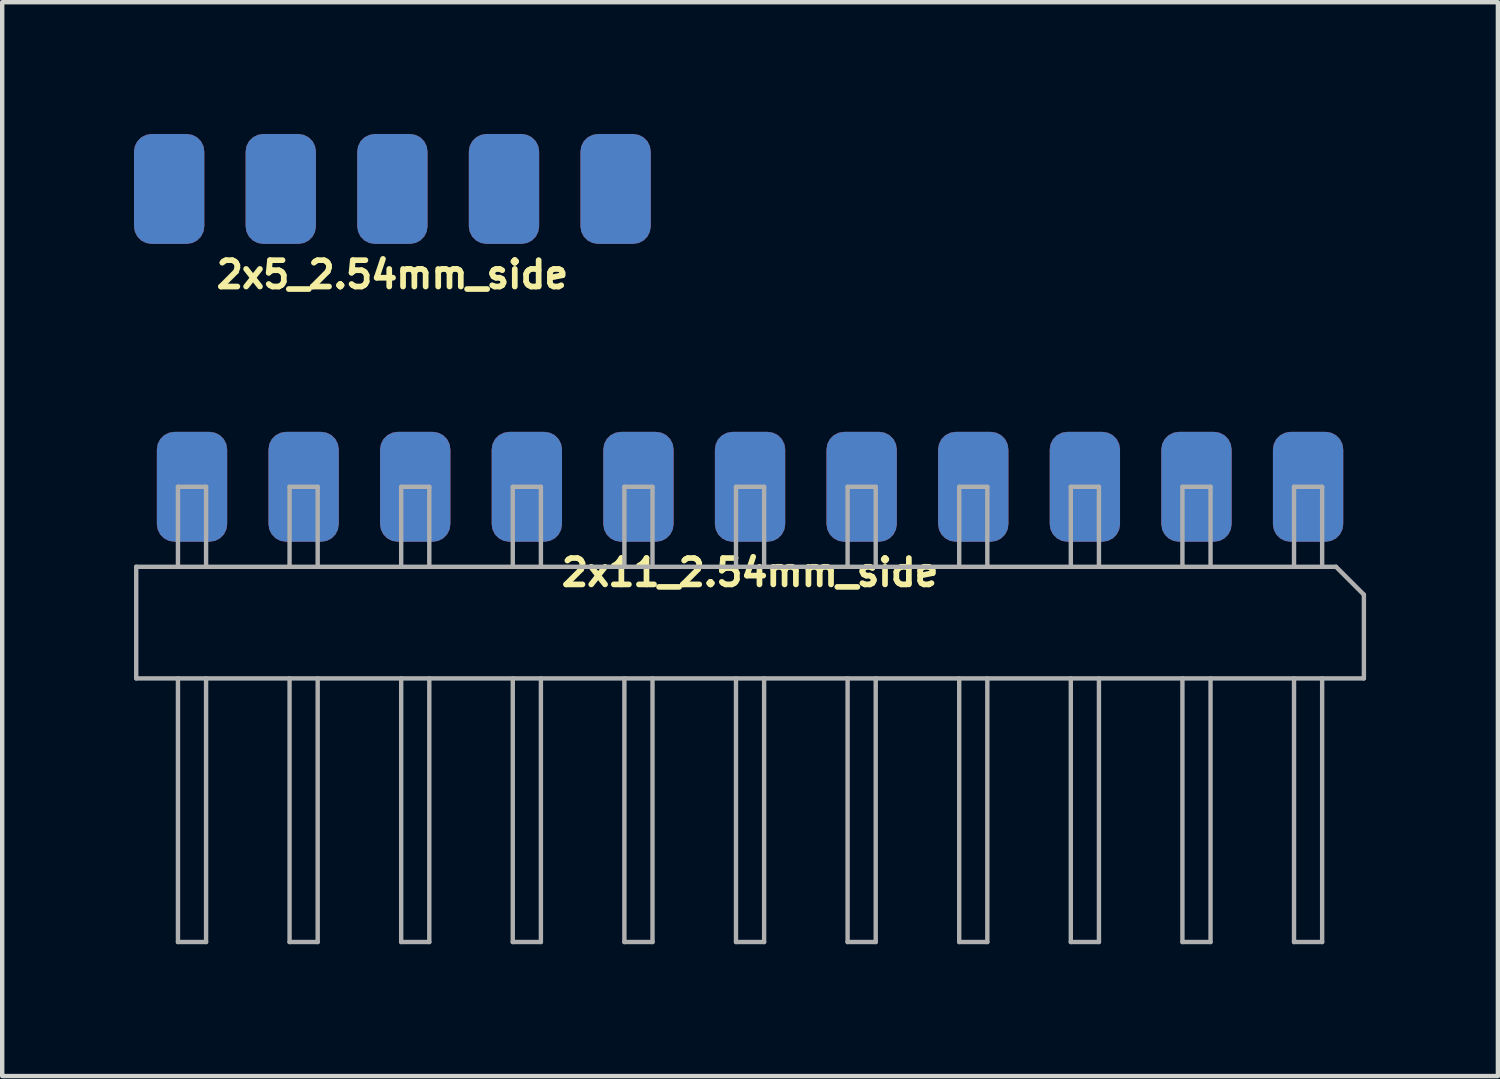
<source format=kicad_pcb>
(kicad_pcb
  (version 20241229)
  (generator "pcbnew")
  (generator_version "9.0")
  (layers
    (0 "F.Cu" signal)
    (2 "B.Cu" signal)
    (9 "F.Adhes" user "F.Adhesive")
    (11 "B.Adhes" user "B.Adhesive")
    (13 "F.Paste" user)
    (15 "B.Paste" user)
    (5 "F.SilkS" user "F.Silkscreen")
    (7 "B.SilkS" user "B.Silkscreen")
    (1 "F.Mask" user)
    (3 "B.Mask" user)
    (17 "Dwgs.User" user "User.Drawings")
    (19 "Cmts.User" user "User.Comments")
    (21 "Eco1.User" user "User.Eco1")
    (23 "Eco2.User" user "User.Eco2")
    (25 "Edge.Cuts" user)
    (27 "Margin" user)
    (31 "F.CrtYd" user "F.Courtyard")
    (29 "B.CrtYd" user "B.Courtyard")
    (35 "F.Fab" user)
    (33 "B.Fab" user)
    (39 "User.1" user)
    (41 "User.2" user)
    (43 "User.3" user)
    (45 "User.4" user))
  (footprint "2x5_2.54mm_side"
    (layer "F.Cu")
    (at 5.88 1.25)
    (property "Reference" "2x5_2.54mm_side" (at 0 1.95 0) (layer "F.SilkS") (effects (font (size 0.6 0.6) (thickness 0.13))))
    (property "Value" "${VALUE}" (at 0 -1.65 0) (layer "F.Fab") (hide yes) (effects (font (size 0.3 0.3) (thickness 0.05))))
    (attr through_hole)
    (pad "1" smd roundrect (at -5.08 0) (size 1.6 2.5) (layers "F.Cu" "F.Mask") (roundrect_rratio 0.25))
    (pad "2" smd roundrect (at -2.54 0) (size 1.6 2.5) (layers "F.Cu" "F.Mask") (roundrect_rratio 0.25))
    (pad "3" smd roundrect (at 0 0) (size 1.6 2.5) (layers "F.Cu" "F.Mask") (roundrect_rratio 0.25))
    (pad "4" smd roundrect (at 2.54 0) (size 1.6 2.5) (layers "F.Cu" "F.Mask") (roundrect_rratio 0.25))
    (pad "5" smd roundrect (at 5.08 0) (size 1.6 2.5) (layers "F.Cu" "F.Mask") (roundrect_rratio 0.25))
    (pad "6" smd roundrect (at 5.08 0) (size 1.6 2.5) (layers "B.Cu" "B.Mask") (roundrect_rratio 0.25))
    (pad "7" smd roundrect (at 2.54 0) (size 1.6 2.5) (layers "B.Cu" "B.Mask") (roundrect_rratio 0.25))
    (pad "8" smd roundrect (at 0 0) (size 1.6 2.5) (layers "B.Cu" "B.Mask") (roundrect_rratio 0.25))
    (pad "9" smd roundrect (at -2.54 0) (size 1.6 2.5) (layers "B.Cu" "B.Mask") (roundrect_rratio 0.25))
    (pad "10" smd roundrect (at -5.08 0) (size 1.6 2.5) (layers "B.Cu" "B.Mask") (roundrect_rratio 0.25)))
  (footprint "2x11_2.54mm_side"
    (layer "F.Cu")
    (at 14.02 8.029)
    (property "Reference" "2x11_2.54mm_side" (at 0 1.95 0) (layer "F.SilkS") (effects (font (size 0.6 0.6) (thickness 0.13))))
    (property "Value" "${VALUE}" (at 0 -1.65 0) (layer "F.Fab") (hide yes) (effects (font (size 0.3 0.3) (thickness 0.05))))
    (attr smd)
    (fp_line (start -13.97 1.82) (end 13.335 1.82) (stroke (width 0.1) (type solid)) (layer "F.Fab"))
    (fp_line (start -13.97 4.36) (end -13.97 1.82) (stroke (width 0.1) (type solid)) (layer "F.Fab"))
    (fp_line (start -13.02 0) (end -13.02 1.82) (stroke (width 0.1) (type solid)) (layer "F.Fab"))
    (fp_line (start -13.02 4.36) (end -13.02 10.36) (stroke (width 0.1) (type solid)) (layer "F.Fab"))
    (fp_line (start -12.38 0) (end -13.02 0) (stroke (width 0.1) (type solid)) (layer "F.Fab"))
    (fp_line (start -12.38 0) (end -12.38 1.82) (stroke (width 0.1) (type solid)) (layer "F.Fab"))
    (fp_line (start -12.38 4.36) (end -12.38 10.36) (stroke (width 0.1) (type solid)) (layer "F.Fab"))
    (fp_line (start -12.38 10.36) (end -13.02 10.36) (stroke (width 0.1) (type solid)) (layer "F.Fab"))
    (fp_line (start -10.48 0) (end -10.48 1.82) (stroke (width 0.1) (type solid)) (layer "F.Fab"))
    (fp_line (start -10.48 4.36) (end -10.48 10.36) (stroke (width 0.1) (type solid)) (layer "F.Fab"))
    (fp_line (start -9.84 0) (end -10.48 0) (stroke (width 0.1) (type solid)) (layer "F.Fab"))
    (fp_line (start -9.84 0) (end -9.84 1.82) (stroke (width 0.1) (type solid)) (layer "F.Fab"))
    (fp_line (start -9.84 4.36) (end -9.84 10.36) (stroke (width 0.1) (type solid)) (layer "F.Fab"))
    (fp_line (start -9.84 10.36) (end -10.48 10.36) (stroke (width 0.1) (type solid)) (layer "F.Fab"))
    (fp_line (start -7.94 0) (end -7.94 1.82) (stroke (width 0.1) (type solid)) (layer "F.Fab"))
    (fp_line (start -7.94 4.36) (end -7.94 10.36) (stroke (width 0.1) (type solid)) (layer "F.Fab"))
    (fp_line (start -7.3 0) (end -7.94 0) (stroke (width 0.1) (type solid)) (layer "F.Fab"))
    (fp_line (start -7.3 0) (end -7.3 1.82) (stroke (width 0.1) (type solid)) (layer "F.Fab"))
    (fp_line (start -7.3 4.36) (end -7.3 10.36) (stroke (width 0.1) (type solid)) (layer "F.Fab"))
    (fp_line (start -7.3 10.36) (end -7.94 10.36) (stroke (width 0.1) (type solid)) (layer "F.Fab"))
    (fp_line (start -5.4 0) (end -5.4 1.82) (stroke (width 0.1) (type solid)) (layer "F.Fab"))
    (fp_line (start -5.4 4.36) (end -5.4 10.36) (stroke (width 0.1) (type solid)) (layer "F.Fab"))
    (fp_line (start -4.76 0) (end -5.4 0) (stroke (width 0.1) (type solid)) (layer "F.Fab"))
    (fp_line (start -4.76 0) (end -4.76 1.82) (stroke (width 0.1) (type solid)) (layer "F.Fab"))
    (fp_line (start -4.76 4.36) (end -4.76 10.36) (stroke (width 0.1) (type solid)) (layer "F.Fab"))
    (fp_line (start -4.76 10.36) (end -5.4 10.36) (stroke (width 0.1) (type solid)) (layer "F.Fab"))
    (fp_line (start -2.86 0) (end -2.86 1.82) (stroke (width 0.1) (type solid)) (layer "F.Fab"))
    (fp_line (start -2.86 4.36) (end -2.86 10.36) (stroke (width 0.1) (type solid)) (layer "F.Fab"))
    (fp_line (start -2.22 0) (end -2.86 0) (stroke (width 0.1) (type solid)) (layer "F.Fab"))
    (fp_line (start -2.22 0) (end -2.22 1.82) (stroke (width 0.1) (type solid)) (layer "F.Fab"))
    (fp_line (start -2.22 4.36) (end -2.22 10.36) (stroke (width 0.1) (type solid)) (layer "F.Fab"))
    (fp_line (start -2.22 10.36) (end -2.86 10.36) (stroke (width 0.1) (type solid)) (layer "F.Fab"))
    (fp_line (start -0.32 0) (end -0.32 1.82) (stroke (width 0.1) (type solid)) (layer "F.Fab"))
    (fp_line (start -0.32 4.36) (end -0.32 10.36) (stroke (width 0.1) (type solid)) (layer "F.Fab"))
    (fp_line (start 0.32 0) (end -0.32 0) (stroke (width 0.1) (type solid)) (layer "F.Fab"))
    (fp_line (start 0.32 0) (end 0.32 1.82) (stroke (width 0.1) (type solid)) (layer "F.Fab"))
    (fp_line (start 0.32 4.36) (end 0.32 10.36) (stroke (width 0.1) (type solid)) (layer "F.Fab"))
    (fp_line (start 0.32 10.36) (end -0.32 10.36) (stroke (width 0.1) (type solid)) (layer "F.Fab"))
    (fp_line (start 2.22 0) (end 2.22 1.82) (stroke (width 0.1) (type solid)) (layer "F.Fab"))
    (fp_line (start 2.22 4.36) (end 2.22 10.36) (stroke (width 0.1) (type solid)) (layer "F.Fab"))
    (fp_line (start 2.86 0) (end 2.22 0) (stroke (width 0.1) (type solid)) (layer "F.Fab"))
    (fp_line (start 2.86 0) (end 2.86 1.82) (stroke (width 0.1) (type solid)) (layer "F.Fab"))
    (fp_line (start 2.86 4.36) (end 2.86 10.36) (stroke (width 0.1) (type solid)) (layer "F.Fab"))
    (fp_line (start 2.86 10.36) (end 2.22 10.36) (stroke (width 0.1) (type solid)) (layer "F.Fab"))
    (fp_line (start 4.76 0) (end 4.76 1.82) (stroke (width 0.1) (type solid)) (layer "F.Fab"))
    (fp_line (start 4.76 4.36) (end 4.76 10.36) (stroke (width 0.1) (type solid)) (layer "F.Fab"))
    (fp_line (start 5.4 0) (end 4.76 0) (stroke (width 0.1) (type solid)) (layer "F.Fab"))
    (fp_line (start 5.4 0) (end 5.4 1.82) (stroke (width 0.1) (type solid)) (layer "F.Fab"))
    (fp_line (start 5.4 4.36) (end 5.4 10.36) (stroke (width 0.1) (type solid)) (layer "F.Fab"))
    (fp_line (start 5.4 10.36) (end 4.76 10.36) (stroke (width 0.1) (type solid)) (layer "F.Fab"))
    (fp_line (start 7.3 0) (end 7.3 1.82) (stroke (width 0.1) (type solid)) (layer "F.Fab"))
    (fp_line (start 7.3 4.36) (end 7.3 10.36) (stroke (width 0.1) (type solid)) (layer "F.Fab"))
    (fp_line (start 7.94 0) (end 7.3 0) (stroke (width 0.1) (type solid)) (layer "F.Fab"))
    (fp_line (start 7.94 0) (end 7.94 1.82) (stroke (width 0.1) (type solid)) (layer "F.Fab"))
    (fp_line (start 7.94 4.36) (end 7.94 10.36) (stroke (width 0.1) (type solid)) (layer "F.Fab"))
    (fp_line (start 7.94 10.36) (end 7.3 10.36) (stroke (width 0.1) (type solid)) (layer "F.Fab"))
    (fp_line (start 9.84 0) (end 9.84 1.82) (stroke (width 0.1) (type solid)) (layer "F.Fab"))
    (fp_line (start 9.84 4.36) (end 9.84 10.36) (stroke (width 0.1) (type solid)) (layer "F.Fab"))
    (fp_line (start 10.48 0) (end 9.84 0) (stroke (width 0.1) (type solid)) (layer "F.Fab"))
    (fp_line (start 10.48 0) (end 10.48 1.82) (stroke (width 0.1) (type solid)) (layer "F.Fab"))
    (fp_line (start 10.48 4.36) (end 10.48 10.36) (stroke (width 0.1) (type solid)) (layer "F.Fab"))
    (fp_line (start 10.48 10.36) (end 9.84 10.36) (stroke (width 0.1) (type solid)) (layer "F.Fab"))
    (fp_line (start 12.38 0) (end 12.38 1.82) (stroke (width 0.1) (type solid)) (layer "F.Fab"))
    (fp_line (start 12.38 4.36) (end 12.38 10.36) (stroke (width 0.1) (type solid)) (layer "F.Fab"))
    (fp_line (start 13.02 0) (end 12.38 0) (stroke (width 0.1) (type solid)) (layer "F.Fab"))
    (fp_line (start 13.02 0) (end 13.02 1.82) (stroke (width 0.1) (type solid)) (layer "F.Fab"))
    (fp_line (start 13.02 4.36) (end 13.02 10.36) (stroke (width 0.1) (type solid)) (layer "F.Fab"))
    (fp_line (start 13.02 10.36) (end 12.38 10.36) (stroke (width 0.1) (type solid)) (layer "F.Fab"))
    (fp_line (start 13.335 1.82) (end 13.97 2.455) (stroke (width 0.1) (type solid)) (layer "F.Fab"))
    (fp_line (start 13.97 2.455) (end 13.97 4.36) (stroke (width 0.1) (type solid)) (layer "F.Fab"))
    (fp_line (start 13.97 4.36) (end -13.97 4.36) (stroke (width 0.1) (type solid)) (layer "F.Fab"))
    (pad "1" smd roundrect (at -12.7 0) (size 1.6 2.5) (layers "F.Cu" "F.Mask") (roundrect_rratio 0.25))
    (pad "2" smd roundrect (at -10.16 0) (size 1.6 2.5) (layers "F.Cu" "F.Mask") (roundrect_rratio 0.25))
    (pad "3" smd roundrect (at -7.62 0) (size 1.6 2.5) (layers "F.Cu" "F.Mask") (roundrect_rratio 0.25))
    (pad "4" smd roundrect (at -5.08 0) (size 1.6 2.5) (layers "F.Cu" "F.Mask") (roundrect_rratio 0.25))
    (pad "5" smd roundrect (at -2.54 0) (size 1.6 2.5) (layers "F.Cu" "F.Mask") (roundrect_rratio 0.25))
    (pad "6" smd roundrect (at 0 0) (size 1.6 2.5) (layers "F.Cu" "F.Mask") (roundrect_rratio 0.25))
    (pad "7" smd roundrect (at 2.54 0) (size 1.6 2.5) (layers "F.Cu" "F.Mask") (roundrect_rratio 0.25))
    (pad "8" smd roundrect (at 5.08 0) (size 1.6 2.5) (layers "F.Cu" "F.Mask") (roundrect_rratio 0.25))
    (pad "9" smd roundrect (at 7.62 0) (size 1.6 2.5) (layers "F.Cu" "F.Mask") (roundrect_rratio 0.25))
    (pad "10" smd roundrect (at 10.16 0) (size 1.6 2.5) (layers "F.Cu" "F.Mask") (roundrect_rratio 0.25))
    (pad "11" smd roundrect (at 12.7 0) (size 1.6 2.5) (layers "F.Cu" "F.Mask") (roundrect_rratio 0.25))
    (pad "12" smd roundrect (at 12.7 0) (size 1.6 2.5) (layers "B.Cu" "B.Mask") (roundrect_rratio 0.25))
    (pad "13" smd roundrect (at 10.16 0) (size 1.6 2.5) (layers "B.Cu" "B.Mask") (roundrect_rratio 0.25))
    (pad "14" smd roundrect (at 7.62 0) (size 1.6 2.5) (layers "B.Cu" "B.Mask") (roundrect_rratio 0.25))
    (pad "15" smd roundrect (at 5.08 0) (size 1.6 2.5) (layers "B.Cu" "B.Mask") (roundrect_rratio 0.25))
    (pad "16" smd roundrect (at 2.54 0) (size 1.6 2.5) (layers "B.Cu" "B.Mask") (roundrect_rratio 0.25))
    (pad "17" smd roundrect (at 0 0) (size 1.6 2.5) (layers "B.Cu" "B.Mask") (roundrect_rratio 0.25))
    (pad "18" smd roundrect (at -2.54 0) (size 1.6 2.5) (layers "B.Cu" "B.Mask") (roundrect_rratio 0.25))
    (pad "19" smd roundrect (at -5.08 0) (size 1.6 2.5) (layers "B.Cu" "B.Mask") (roundrect_rratio 0.25))
    (pad "20" smd roundrect (at -7.62 0) (size 1.6 2.5) (layers "B.Cu" "B.Mask") (roundrect_rratio 0.25))
    (pad "21" smd roundrect (at -10.16 0) (size 1.6 2.5) (layers "B.Cu" "B.Mask") (roundrect_rratio 0.25))
    (pad "22" smd roundrect (at -12.7 0) (size 1.6 2.5) (layers "B.Cu" "B.Mask") (roundrect_rratio 0.25)))
  (gr_rect
    (start -3 -3)
    (end 31.04 21.439)
    (stroke (width 0.1) (type default))
    (fill no)
    (layer "Edge.Cuts")))
</source>
